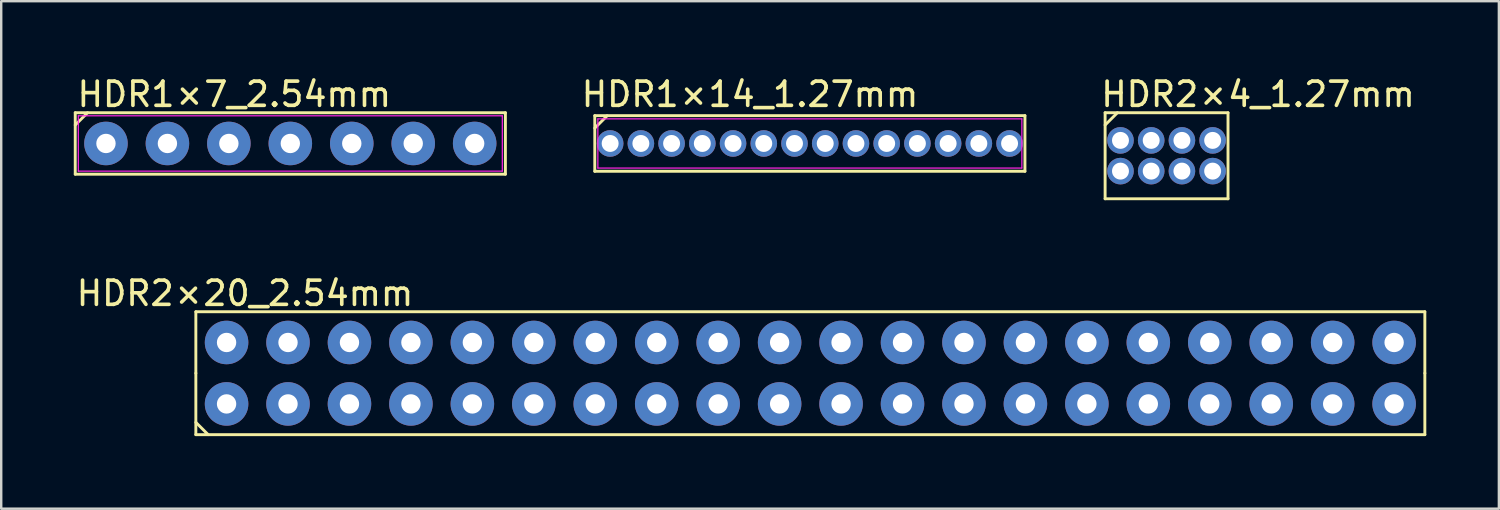
<source format=kicad_pcb>
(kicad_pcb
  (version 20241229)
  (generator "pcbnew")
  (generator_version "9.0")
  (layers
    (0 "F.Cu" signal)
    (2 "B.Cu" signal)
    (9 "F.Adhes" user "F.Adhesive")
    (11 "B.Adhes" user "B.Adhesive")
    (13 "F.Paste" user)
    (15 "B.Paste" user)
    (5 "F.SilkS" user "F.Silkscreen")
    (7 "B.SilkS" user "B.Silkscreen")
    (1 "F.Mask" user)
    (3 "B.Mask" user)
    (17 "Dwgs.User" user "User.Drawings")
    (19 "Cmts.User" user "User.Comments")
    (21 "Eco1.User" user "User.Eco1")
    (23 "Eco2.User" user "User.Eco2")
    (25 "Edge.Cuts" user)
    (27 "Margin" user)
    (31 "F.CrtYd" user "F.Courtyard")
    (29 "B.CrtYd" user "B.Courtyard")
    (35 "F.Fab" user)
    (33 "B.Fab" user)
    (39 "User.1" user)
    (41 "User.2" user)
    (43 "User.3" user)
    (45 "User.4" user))
  (footprint "HDR2×4_1.27mm"
    (layer "F.Cu")
    (at 43.264 3.388)
    (property "Reference" "HDR2×4_1.27mm" (at -0.889 -2.54 0) (layer "F.SilkS") (effects (font (size 1 1) (thickness 0.15)) (justify left)))
    (attr through_hole)
    (fp_line (start -0.635 -1.778) (end -0.635 1.778) (stroke (width 0.12) (type solid)) (layer "F.SilkS"))
    (fp_line (start -0.635 -1.778) (end 4.445 -1.778) (stroke (width 0.12) (type solid)) (layer "F.SilkS"))
    (fp_line (start -0.635 -1.27) (end -0.127 -1.778) (stroke (width 0.12) (type solid)) (layer "F.SilkS"))
    (fp_line (start -0.635 1.778) (end 4.445 1.778) (stroke (width 0.12) (type solid)) (layer "F.SilkS"))
    (fp_line (start 4.445 -1.778) (end 4.445 1.778) (stroke (width 0.12) (type solid)) (layer "F.SilkS"))
    (pad "1" thru_hole circle (at 0 -0.635) (size 1.1 1.1) (drill 0.7) (layers "*.Cu" "*.Mask"))
    (pad "2" thru_hole circle (at 0 0.635) (size 1.1 1.1) (drill 0.7) (layers "*.Cu" "*.Mask"))
    (pad "3" thru_hole circle (at 1.27 -0.635) (size 1.1 1.1) (drill 0.7) (layers "*.Cu" "*.Mask"))
    (pad "4" thru_hole circle (at 1.27 0.635) (size 1.1 1.1) (drill 0.7) (layers "*.Cu" "*.Mask"))
    (pad "5" thru_hole circle (at 2.54 -0.635) (size 1.1 1.1) (drill 0.7) (layers "*.Cu" "*.Mask"))
    (pad "6" thru_hole circle (at 2.54 0.635) (size 1.1 1.1) (drill 0.7) (layers "*.Cu" "*.Mask"))
    (pad "7" thru_hole circle (at 3.81 -0.635) (size 1.1 1.1) (drill 0.7) (layers "*.Cu" "*.Mask"))
    (pad "8" thru_hole circle (at 3.81 0.635) (size 1.1 1.1) (drill 0.7) (layers "*.Cu" "*.Mask")))
  (footprint "HDR2×20_2.54mm"
    (layer "F.Cu")
    (at 6.315 13.646)
    (property "Reference" "HDR2×20_2.54mm" (at 0.762 -4.572 0) (layer "F.SilkS") (effects (font (size 1 1) (thickness 0.15))))
    (attr through_hole)
    (fp_line (start -1.27 -3.81) (end -1.27 -1.27) (stroke (width 0.12) (type solid)) (layer "F.SilkS"))
    (fp_line (start -1.27 -3.81) (end 49.53 -3.81) (stroke (width 0.12) (type solid)) (layer "F.SilkS"))
    (fp_line (start -1.27 -1.27) (end -1.27 1.27) (stroke (width 0.12) (type solid)) (layer "F.SilkS"))
    (fp_line (start -1.27 1.27) (end 49.53 1.27) (stroke (width 0.12) (type solid)) (layer "F.SilkS"))
    (fp_line (start -0.762 1.27) (end -1.27 0.762) (stroke (width 0.12) (type solid)) (layer "F.SilkS"))
    (fp_line (start 49.53 -3.81) (end 49.53 -1.27) (stroke (width 0.12) (type solid)) (layer "F.SilkS"))
    (fp_line (start 49.53 -1.27) (end 49.53 1.27) (stroke (width 0.12) (type solid)) (layer "F.SilkS"))
    (pad "1" thru_hole circle (at 0 0) (size 1.8 1.8) (drill 0.8) (layers "*.Cu" "*.Mask"))
    (pad "2" thru_hole circle (at 0 -2.54) (size 1.8 1.8) (drill 0.8) (layers "*.Cu" "*.Mask"))
    (pad "3" thru_hole circle (at 2.54 0) (size 1.8 1.8) (drill 0.8) (layers "*.Cu" "*.Mask"))
    (pad "4" thru_hole circle (at 2.54 -2.54) (size 1.8 1.8) (drill 0.8) (layers "*.Cu" "*.Mask"))
    (pad "5" thru_hole circle (at 5.08 0) (size 1.8 1.8) (drill 0.8) (layers "*.Cu" "*.Mask"))
    (pad "6" thru_hole circle (at 5.08 -2.54) (size 1.8 1.8) (drill 0.8) (layers "*.Cu" "*.Mask"))
    (pad "7" thru_hole circle (at 7.62 0) (size 1.8 1.8) (drill 0.8) (layers "*.Cu" "*.Mask"))
    (pad "8" thru_hole circle (at 7.62 -2.54) (size 1.8 1.8) (drill 0.8) (layers "*.Cu" "*.Mask"))
    (pad "9" thru_hole circle (at 10.16 0) (size 1.8 1.8) (drill 0.8) (layers "*.Cu" "*.Mask"))
    (pad "10" thru_hole circle (at 10.16 -2.54) (size 1.8 1.8) (drill 0.8) (layers "*.Cu" "*.Mask"))
    (pad "11" thru_hole circle (at 12.7 0) (size 1.8 1.8) (drill 0.8) (layers "*.Cu" "*.Mask"))
    (pad "12" thru_hole circle (at 12.7 -2.54) (size 1.8 1.8) (drill 0.8) (layers "*.Cu" "*.Mask"))
    (pad "13" thru_hole circle (at 15.24 0) (size 1.8 1.8) (drill 0.8) (layers "*.Cu" "*.Mask"))
    (pad "14" thru_hole circle (at 15.24 -2.54) (size 1.8 1.8) (drill 0.8) (layers "*.Cu" "*.Mask"))
    (pad "15" thru_hole circle (at 17.78 0) (size 1.8 1.8) (drill 0.8) (layers "*.Cu" "*.Mask"))
    (pad "16" thru_hole circle (at 17.78 -2.54) (size 1.8 1.8) (drill 0.8) (layers "*.Cu" "*.Mask"))
    (pad "17" thru_hole circle (at 20.32 0) (size 1.8 1.8) (drill 0.8) (layers "*.Cu" "*.Mask"))
    (pad "18" thru_hole circle (at 20.32 -2.54) (size 1.8 1.8) (drill 0.8) (layers "*.Cu" "*.Mask"))
    (pad "19" thru_hole circle (at 22.86 0) (size 1.8 1.8) (drill 0.8) (layers "*.Cu" "*.Mask"))
    (pad "20" thru_hole circle (at 22.86 -2.54) (size 1.8 1.8) (drill 0.8) (layers "*.Cu" "*.Mask"))
    (pad "21" thru_hole circle (at 25.4 0) (size 1.8 1.8) (drill 0.8) (layers "*.Cu" "*.Mask"))
    (pad "22" thru_hole circle (at 25.4 -2.54) (size 1.8 1.8) (drill 0.8) (layers "*.Cu" "*.Mask"))
    (pad "23" thru_hole circle (at 27.94 0) (size 1.8 1.8) (drill 0.8) (layers "*.Cu" "*.Mask"))
    (pad "24" thru_hole circle (at 27.94 -2.54) (size 1.8 1.8) (drill 0.8) (layers "*.Cu" "*.Mask"))
    (pad "25" thru_hole circle (at 30.48 0) (size 1.8 1.8) (drill 0.8) (layers "*.Cu" "*.Mask"))
    (pad "26" thru_hole circle (at 30.48 -2.54) (size 1.8 1.8) (drill 0.8) (layers "*.Cu" "*.Mask"))
    (pad "27" thru_hole circle (at 33.02 0) (size 1.8 1.8) (drill 0.8) (layers "*.Cu" "*.Mask"))
    (pad "28" thru_hole circle (at 33.02 -2.54) (size 1.8 1.8) (drill 0.8) (layers "*.Cu" "*.Mask"))
    (pad "29" thru_hole circle (at 35.56 0) (size 1.8 1.8) (drill 0.8) (layers "*.Cu" "*.Mask"))
    (pad "30" thru_hole circle (at 35.56 -2.54) (size 1.8 1.8) (drill 0.8) (layers "*.Cu" "*.Mask"))
    (pad "31" thru_hole circle (at 38.1 0) (size 1.8 1.8) (drill 0.8) (layers "*.Cu" "*.Mask"))
    (pad "32" thru_hole circle (at 38.1 -2.54) (size 1.8 1.8) (drill 0.8) (layers "*.Cu" "*.Mask"))
    (pad "33" thru_hole circle (at 40.64 0) (size 1.8 1.8) (drill 0.8) (layers "*.Cu" "*.Mask"))
    (pad "34" thru_hole circle (at 40.64 -2.54) (size 1.8 1.8) (drill 0.8) (layers "*.Cu" "*.Mask"))
    (pad "35" thru_hole circle (at 43.18 0) (size 1.8 1.8) (drill 0.8) (layers "*.Cu" "*.Mask"))
    (pad "36" thru_hole circle (at 43.18 -2.54) (size 1.8 1.8) (drill 0.8) (layers "*.Cu" "*.Mask"))
    (pad "37" thru_hole circle (at 45.72 0) (size 1.8 1.8) (drill 0.8) (layers "*.Cu" "*.Mask"))
    (pad "38" thru_hole circle (at 45.72 -2.54) (size 1.8 1.8) (drill 0.8) (layers "*.Cu" "*.Mask"))
    (pad "39" thru_hole circle (at 48.26 0) (size 1.8 1.8) (drill 0.8) (layers "*.Cu" "*.Mask"))
    (pad "40" thru_hole circle (at 48.26 -2.54) (size 1.8 1.8) (drill 0.8) (layers "*.Cu" "*.Mask")))
  (footprint "HDR1×14_1.27mm"
    (layer "F.Cu")
    (at 22.17 2.88)
    (property "Reference" "HDR1×14_1.27mm" (at -1.27 -2.032 0) (layer "F.SilkS") (effects (font (size 1 1) (thickness 0.15)) (justify left)))
    (attr through_hole)
    (fp_line (start -0.635 -1.15) (end -0.635 1.15) (stroke (width 0.12) (type solid)) (layer "F.SilkS"))
    (fp_line (start -0.635 -1.15) (end 17.145 -1.15) (stroke (width 0.12) (type solid)) (layer "F.SilkS"))
    (fp_line (start -0.635 -0.635) (end -0.127 -1.143) (stroke (width 0.12) (type solid)) (layer "F.SilkS"))
    (fp_line (start -0.635 1.15) (end 17.145 1.15) (stroke (width 0.12) (type solid)) (layer "F.SilkS"))
    (fp_line (start 17.145 -1.15) (end 17.145 1.15) (stroke (width 0.12) (type solid)) (layer "F.SilkS"))
    (fp_line (start -0.508 -1.016) (end 17.018 -1.016) (stroke (width 0.05) (type default)) (layer "F.CrtYd"))
    (fp_line (start -0.508 1.016) (end -0.508 -1.016) (stroke (width 0.05) (type default)) (layer "F.CrtYd"))
    (fp_line (start 17.018 -1.016) (end 17.018 1.016) (stroke (width 0.05) (type default)) (layer "F.CrtYd"))
    (fp_line (start 17.018 1.016) (end -0.508 1.016) (stroke (width 0.05) (type default)) (layer "F.CrtYd"))
    (pad "1" thru_hole circle (at 0 0) (size 1.1 1.1) (drill 0.7) (layers "*.Cu" "*.Mask"))
    (pad "2" thru_hole circle (at 1.27 0) (size 1.1 1.1) (drill 0.7) (layers "*.Cu" "*.Mask"))
    (pad "3" thru_hole circle (at 2.54 0) (size 1.1 1.1) (drill 0.7) (layers "*.Cu" "*.Mask"))
    (pad "4" thru_hole circle (at 3.81 0) (size 1.1 1.1) (drill 0.7) (layers "*.Cu" "*.Mask"))
    (pad "5" thru_hole circle (at 5.08 0) (size 1.1 1.1) (drill 0.7) (layers "*.Cu" "*.Mask"))
    (pad "6" thru_hole circle (at 6.35 0) (size 1.1 1.1) (drill 0.7) (layers "*.Cu" "*.Mask"))
    (pad "7" thru_hole circle (at 7.62 0) (size 1.1 1.1) (drill 0.7) (layers "*.Cu" "*.Mask"))
    (pad "8" thru_hole circle (at 8.89 0) (size 1.1 1.1) (drill 0.7) (layers "*.Cu" "*.Mask"))
    (pad "9" thru_hole circle (at 10.16 0) (size 1.1 1.1) (drill 0.7) (layers "*.Cu" "*.Mask"))
    (pad "10" thru_hole circle (at 11.43 0) (size 1.1 1.1) (drill 0.7) (layers "*.Cu" "*.Mask"))
    (pad "11" thru_hole circle (at 12.7 0) (size 1.1 1.1) (drill 0.7) (layers "*.Cu" "*.Mask"))
    (pad "12" thru_hole circle (at 13.97 0) (size 1.1 1.1) (drill 0.7) (layers "*.Cu" "*.Mask"))
    (pad "13" thru_hole circle (at 15.24 0) (size 1.1 1.1) (drill 0.7) (layers "*.Cu" "*.Mask"))
    (pad "14" thru_hole circle (at 16.51 0) (size 1.1 1.1) (drill 0.7) (layers "*.Cu" "*.Mask")))
  (footprint "HDR1×7_2.54mm"
    (layer "F.Cu")
    (at 1.33 2.88)
    (property "Reference" "HDR1×7_2.54mm" (at -1.27 -2.032 0) (layer "F.SilkS") (effects (font (size 1 1) (thickness 0.15)) (justify left)))
    (attr through_hole)
    (fp_line (start -1.27 -1.27) (end -1.27 1.27) (stroke (width 0.12) (type solid)) (layer "F.SilkS"))
    (fp_line (start -1.27 -1.27) (end 16.51 -1.27) (stroke (width 0.12) (type solid)) (layer "F.SilkS"))
    (fp_line (start -1.27 -0.762) (end -0.762 -1.27) (stroke (width 0.12) (type solid)) (layer "F.SilkS"))
    (fp_line (start -1.27 1.27) (end 16.51 1.27) (stroke (width 0.12) (type solid)) (layer "F.SilkS"))
    (fp_line (start 16.51 -1.27) (end 16.51 1.27) (stroke (width 0.12) (type solid)) (layer "F.SilkS"))
    (fp_line (start -1.143 -1.143) (end 16.383 -1.143) (stroke (width 0.05) (type default)) (layer "F.CrtYd"))
    (fp_line (start -1.143 1.143) (end -1.143 -1.143) (stroke (width 0.05) (type default)) (layer "F.CrtYd"))
    (fp_line (start 16.383 -1.143) (end 16.383 1.143) (stroke (width 0.05) (type default)) (layer "F.CrtYd"))
    (fp_line (start 16.383 1.143) (end -1.143 1.143) (stroke (width 0.05) (type default)) (layer "F.CrtYd"))
    (pad "1" thru_hole circle (at 0 0) (size 1.8 1.8) (drill 0.8) (layers "*.Cu" "*.Mask"))
    (pad "2" thru_hole circle (at 2.54 0) (size 1.8 1.8) (drill 0.8) (layers "*.Cu" "*.Mask"))
    (pad "3" thru_hole circle (at 5.08 0) (size 1.8 1.8) (drill 0.8) (layers "*.Cu" "*.Mask"))
    (pad "4" thru_hole circle (at 7.62 0) (size 1.8 1.8) (drill 0.8) (layers "*.Cu" "*.Mask"))
    (pad "5" thru_hole circle (at 10.16 0) (size 1.8 1.8) (drill 0.8) (layers "*.Cu" "*.Mask"))
    (pad "6" thru_hole circle (at 12.7 0) (size 1.8 1.8) (drill 0.8) (layers "*.Cu" "*.Mask"))
    (pad "7" thru_hole circle (at 15.24 0) (size 1.8 1.8) (drill 0.8) (layers "*.Cu" "*.Mask")))
  (gr_rect
    (start -3 -3)
    (end 58.905 17.977)
    (stroke (width 0.1) (type default))
    (fill no)
    (layer "Edge.Cuts")))
</source>
